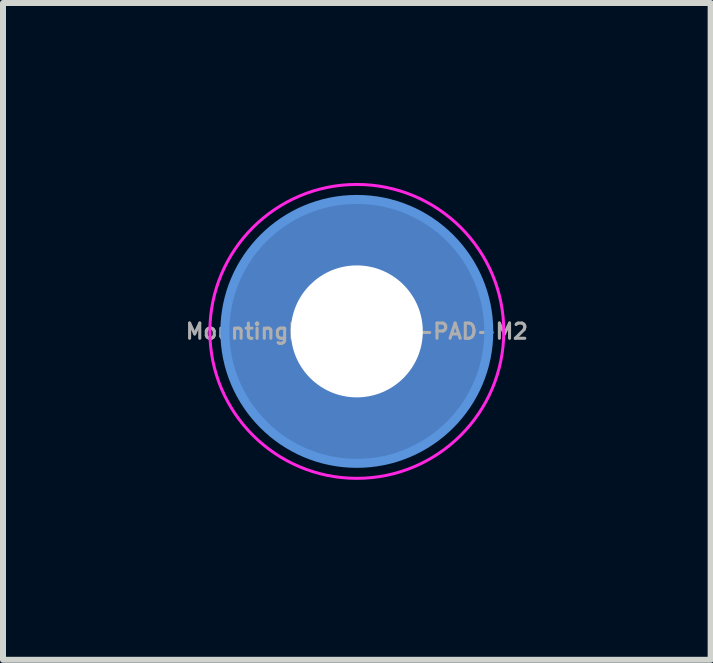
<source format=kicad_pcb>
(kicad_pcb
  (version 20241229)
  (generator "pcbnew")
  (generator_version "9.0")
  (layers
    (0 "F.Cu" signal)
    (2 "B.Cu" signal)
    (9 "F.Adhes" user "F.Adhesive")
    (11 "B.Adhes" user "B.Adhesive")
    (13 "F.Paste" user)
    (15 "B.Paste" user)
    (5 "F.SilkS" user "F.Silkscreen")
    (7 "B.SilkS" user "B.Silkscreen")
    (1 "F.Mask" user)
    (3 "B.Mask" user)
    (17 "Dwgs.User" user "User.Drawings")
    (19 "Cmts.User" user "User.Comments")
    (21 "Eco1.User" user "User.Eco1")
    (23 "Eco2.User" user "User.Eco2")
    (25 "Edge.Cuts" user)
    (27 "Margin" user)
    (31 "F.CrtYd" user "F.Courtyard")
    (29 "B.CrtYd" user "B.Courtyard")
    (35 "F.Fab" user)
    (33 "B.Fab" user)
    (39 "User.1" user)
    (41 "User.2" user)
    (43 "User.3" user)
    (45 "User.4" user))
  (footprint "MountingHole-[2.2]-PAD-M2"
    (layer "F.Cu")
    (at 2.899 2.475)
    (property "Reference" "MountingHole-[2.2]-PAD-M2" (at 0 0 0) (layer "F.Fab") (effects (font (size 0.254 0.254) (thickness 0.051))))
    (attr exclude_from_pos_files exclude_from_bom)
    (fp_circle (center 0 0) (end 2.2 0) (stroke (width 0.15) (type solid)) (fill no) (layer "Cmts.User"))
    (fp_circle (center 0 0) (end 2.45 0) (stroke (width 0.05) (type solid)) (fill no) (layer "F.CrtYd"))
    (pad "1" thru_hole circle (at 0 0) (size 4.4 4.4) (drill 2.2) (layers "*.Cu" "*.Mask")))
  (gr_rect
    (start -3 -3)
    (end 8.798 7.95)
    (stroke (width 0.1) (type default))
    (fill no)
    (layer "Edge.Cuts")))
</source>
